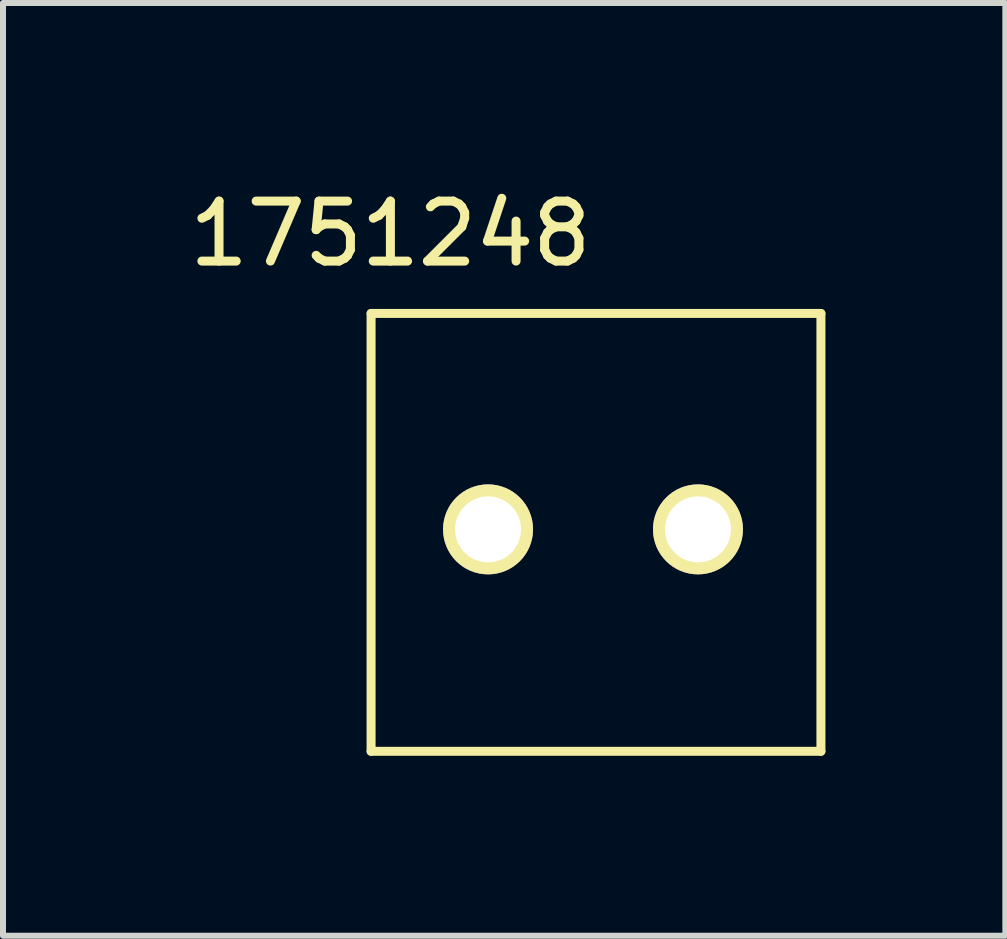
<source format=kicad_pcb>
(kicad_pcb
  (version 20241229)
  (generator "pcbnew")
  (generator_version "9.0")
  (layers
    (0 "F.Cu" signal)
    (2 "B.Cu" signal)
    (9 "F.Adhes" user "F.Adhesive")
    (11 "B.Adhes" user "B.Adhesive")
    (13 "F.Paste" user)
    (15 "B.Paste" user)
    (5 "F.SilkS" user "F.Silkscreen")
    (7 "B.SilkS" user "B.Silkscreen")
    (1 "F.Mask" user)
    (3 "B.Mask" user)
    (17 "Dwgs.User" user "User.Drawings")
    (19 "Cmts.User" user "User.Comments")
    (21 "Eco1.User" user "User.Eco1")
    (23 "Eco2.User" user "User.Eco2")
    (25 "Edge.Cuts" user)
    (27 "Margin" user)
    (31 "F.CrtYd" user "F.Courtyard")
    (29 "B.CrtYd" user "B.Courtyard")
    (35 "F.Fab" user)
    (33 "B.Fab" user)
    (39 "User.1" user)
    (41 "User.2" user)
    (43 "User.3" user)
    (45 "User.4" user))
  (footprint "1751248"
    (layer "F.Cu")
    (at 6.837 5.776)
    (property "Reference" "1751248" (at -3.378 -4.928 0) (layer "F.SilkS") (effects (font (size 1 1) (thickness 0.15))))
    (attr through_hole)
    (fp_line (start -3.7 -3.6) (end -3.7 3.7) (stroke (width 0.15) (type solid)) (layer "F.SilkS"))
    (fp_line (start -3.7 3.7) (end 3.8 3.7) (stroke (width 0.15) (type solid)) (layer "F.SilkS"))
    (fp_line (start 3.8 -3.6) (end -3.7 -3.6) (stroke (width 0.15) (type solid)) (layer "F.SilkS"))
    (fp_line (start 3.8 3.7) (end 3.8 -3.6) (stroke (width 0.15) (type solid)) (layer "F.SilkS"))
    (pad "1" thru_hole circle (at -1.75 0) (size 1.5 1.5) (drill 1.1) (layers "*.Cu" "*.Mask" "F.SilkS"))
    (pad "2" thru_hole circle (at 1.75 0) (size 1.5 1.5) (drill 1.1) (layers "*.Cu" "*.Mask" "F.SilkS")))
  (gr_rect
    (start -3 -3)
    (end 13.712 12.551)
    (stroke (width 0.1) (type default))
    (fill no)
    (layer "Edge.Cuts")))
</source>
